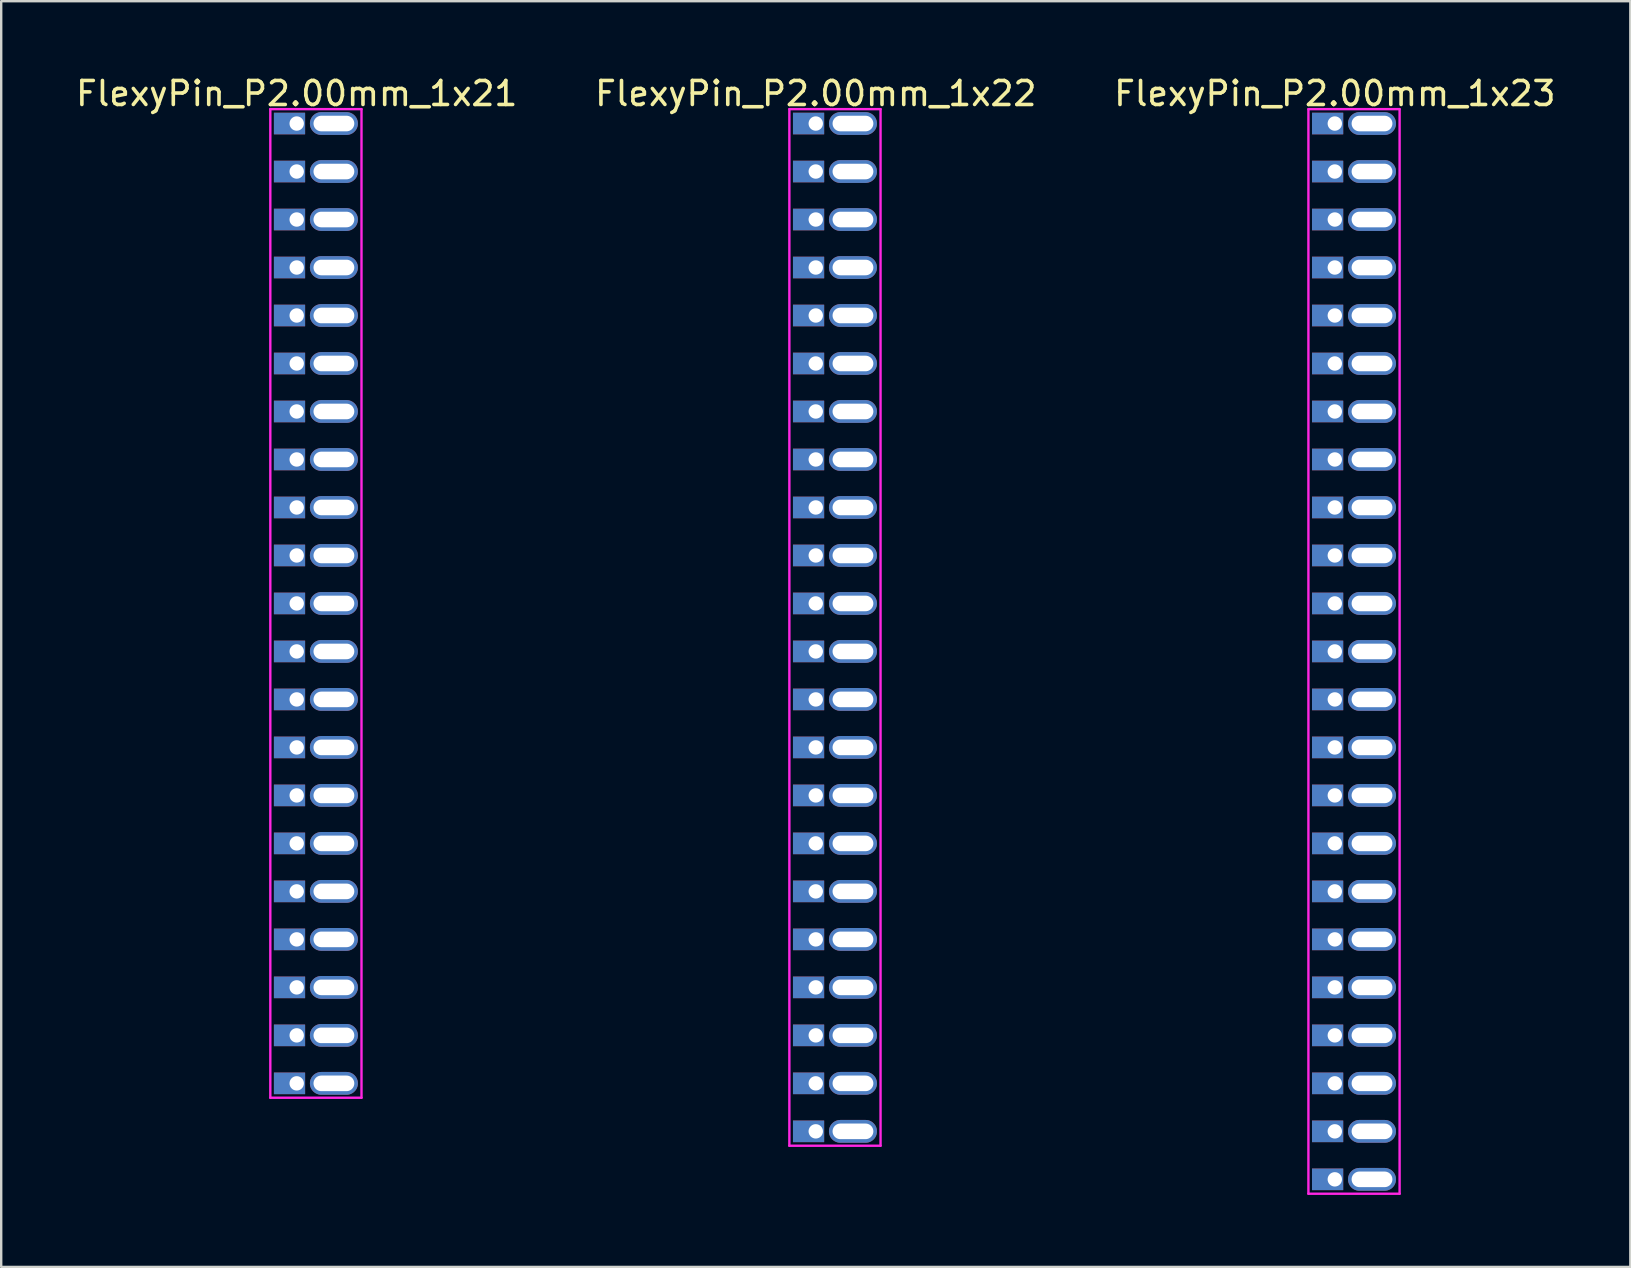
<source format=kicad_pcb>
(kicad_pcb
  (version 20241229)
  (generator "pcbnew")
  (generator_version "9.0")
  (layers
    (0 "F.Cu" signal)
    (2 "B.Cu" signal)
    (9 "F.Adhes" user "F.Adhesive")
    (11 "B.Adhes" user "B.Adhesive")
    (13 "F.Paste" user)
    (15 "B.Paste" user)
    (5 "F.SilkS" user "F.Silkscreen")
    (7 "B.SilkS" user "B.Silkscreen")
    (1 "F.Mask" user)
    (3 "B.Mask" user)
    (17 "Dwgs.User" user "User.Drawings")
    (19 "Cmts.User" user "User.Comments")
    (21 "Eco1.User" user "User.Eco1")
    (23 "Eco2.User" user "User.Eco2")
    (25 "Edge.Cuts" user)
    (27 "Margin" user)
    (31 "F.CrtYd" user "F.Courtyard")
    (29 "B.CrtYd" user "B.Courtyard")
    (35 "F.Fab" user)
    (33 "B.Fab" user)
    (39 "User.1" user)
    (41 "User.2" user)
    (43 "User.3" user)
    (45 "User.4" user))
  (footprint "FlexyPin_P2.00mm_1x22"
    (layer "F.Cu")
    (at 30.946 2.098)
    (property "Reference" "FlexyPin_P2.00mm_1x22" (at 0 -1.25 0) (layer "F.SilkS") (effects (font (size 1 1) (thickness 0.15))))
    (attr through_hole)
    (fp_line (start -1.1 -0.6) (end 2.7 -0.6) (stroke (width 0.1) (type solid)) (layer "F.CrtYd"))
    (fp_line (start -1.1 42.6) (end -1.1 -0.6) (stroke (width 0.1) (type solid)) (layer "F.CrtYd"))
    (fp_line (start 2.7 -0.6) (end 2.7 42.6) (stroke (width 0.1) (type solid)) (layer "F.CrtYd"))
    (fp_line (start 2.7 42.6) (end -1.1 42.6) (stroke (width 0.1) (type solid)) (layer "F.CrtYd"))
    (pad "" thru_hole oval (at 1.55 0) (size 2 0.95) (drill oval 1.7 0.65) (layers "*.Cu" "*.Mask"))
    (pad "" thru_hole oval (at 1.55 2) (size 2 0.95) (drill oval 1.7 0.65) (layers "*.Cu" "*.Mask"))
    (pad "" thru_hole oval (at 1.55 4) (size 2 0.95) (drill oval 1.7 0.65) (layers "*.Cu" "*.Mask"))
    (pad "" thru_hole oval (at 1.55 6) (size 2 0.95) (drill oval 1.7 0.65) (layers "*.Cu" "*.Mask"))
    (pad "" thru_hole oval (at 1.55 8) (size 2 0.95) (drill oval 1.7 0.65) (layers "*.Cu" "*.Mask"))
    (pad "" thru_hole oval (at 1.55 10) (size 2 0.95) (drill oval 1.7 0.65) (layers "*.Cu" "*.Mask"))
    (pad "" thru_hole oval (at 1.55 12) (size 2 0.95) (drill oval 1.7 0.65) (layers "*.Cu" "*.Mask"))
    (pad "" thru_hole oval (at 1.55 14) (size 2 0.95) (drill oval 1.7 0.65) (layers "*.Cu" "*.Mask"))
    (pad "" thru_hole oval (at 1.55 16) (size 2 0.95) (drill oval 1.7 0.65) (layers "*.Cu" "*.Mask"))
    (pad "" thru_hole oval (at 1.55 18) (size 2 0.95) (drill oval 1.7 0.65) (layers "*.Cu" "*.Mask"))
    (pad "" thru_hole oval (at 1.55 20) (size 2 0.95) (drill oval 1.7 0.65) (layers "*.Cu" "*.Mask"))
    (pad "" thru_hole oval (at 1.55 22) (size 2 0.95) (drill oval 1.7 0.65) (layers "*.Cu" "*.Mask"))
    (pad "" thru_hole oval (at 1.55 24) (size 2 0.95) (drill oval 1.7 0.65) (layers "*.Cu" "*.Mask"))
    (pad "" thru_hole oval (at 1.55 26) (size 2 0.95) (drill oval 1.7 0.65) (layers "*.Cu" "*.Mask"))
    (pad "" thru_hole oval (at 1.55 28) (size 2 0.95) (drill oval 1.7 0.65) (layers "*.Cu" "*.Mask"))
    (pad "" thru_hole oval (at 1.55 30) (size 2 0.95) (drill oval 1.7 0.65) (layers "*.Cu" "*.Mask"))
    (pad "" thru_hole oval (at 1.55 32) (size 2 0.95) (drill oval 1.7 0.65) (layers "*.Cu" "*.Mask"))
    (pad "" thru_hole oval (at 1.55 34) (size 2 0.95) (drill oval 1.7 0.65) (layers "*.Cu" "*.Mask"))
    (pad "" thru_hole oval (at 1.55 36) (size 2 0.95) (drill oval 1.7 0.65) (layers "*.Cu" "*.Mask"))
    (pad "" thru_hole oval (at 1.55 38) (size 2 0.95) (drill oval 1.7 0.65) (layers "*.Cu" "*.Mask"))
    (pad "" thru_hole oval (at 1.55 40) (size 2 0.95) (drill oval 1.7 0.65) (layers "*.Cu" "*.Mask"))
    (pad "" thru_hole oval (at 1.55 42) (size 2 0.95) (drill oval 1.7 0.65) (layers "*.Cu" "*.Mask"))
    (pad "1" thru_hole rect (at 0 0) (size 1.3 0.9) (drill 0.6 (offset -0.3 0)) (layers "*.Cu" "*.Mask"))
    (pad "2" thru_hole rect (at 0 2) (size 1.3 0.9) (drill 0.6 (offset -0.3 0)) (layers "*.Cu" "*.Mask"))
    (pad "3" thru_hole rect (at 0 4) (size 1.3 0.9) (drill 0.6 (offset -0.3 0)) (layers "*.Cu" "*.Mask"))
    (pad "4" thru_hole rect (at 0 6) (size 1.3 0.9) (drill 0.6 (offset -0.3 0)) (layers "*.Cu" "*.Mask"))
    (pad "5" thru_hole rect (at 0 8) (size 1.3 0.9) (drill 0.6 (offset -0.3 0)) (layers "*.Cu" "*.Mask"))
    (pad "6" thru_hole rect (at 0 10) (size 1.3 0.9) (drill 0.6 (offset -0.3 0)) (layers "*.Cu" "*.Mask"))
    (pad "7" thru_hole rect (at 0 12) (size 1.3 0.9) (drill 0.6 (offset -0.3 0)) (layers "*.Cu" "*.Mask"))
    (pad "8" thru_hole rect (at 0 14) (size 1.3 0.9) (drill 0.6 (offset -0.3 0)) (layers "*.Cu" "*.Mask"))
    (pad "9" thru_hole rect (at 0 16) (size 1.3 0.9) (drill 0.6 (offset -0.3 0)) (layers "*.Cu" "*.Mask"))
    (pad "10" thru_hole rect (at 0 18) (size 1.3 0.9) (drill 0.6 (offset -0.3 0)) (layers "*.Cu" "*.Mask"))
    (pad "11" thru_hole rect (at 0 20) (size 1.3 0.9) (drill 0.6 (offset -0.3 0)) (layers "*.Cu" "*.Mask"))
    (pad "12" thru_hole rect (at 0 22) (size 1.3 0.9) (drill 0.6 (offset -0.3 0)) (layers "*.Cu" "*.Mask"))
    (pad "13" thru_hole rect (at 0 24) (size 1.3 0.9) (drill 0.6 (offset -0.3 0)) (layers "*.Cu" "*.Mask"))
    (pad "14" thru_hole rect (at 0 26) (size 1.3 0.9) (drill 0.6 (offset -0.3 0)) (layers "*.Cu" "*.Mask"))
    (pad "15" thru_hole rect (at 0 28) (size 1.3 0.9) (drill 0.6 (offset -0.3 0)) (layers "*.Cu" "*.Mask"))
    (pad "16" thru_hole rect (at 0 30) (size 1.3 0.9) (drill 0.6 (offset -0.3 0)) (layers "*.Cu" "*.Mask"))
    (pad "17" thru_hole rect (at 0 32) (size 1.3 0.9) (drill 0.6 (offset -0.3 0)) (layers "*.Cu" "*.Mask"))
    (pad "18" thru_hole rect (at 0 34) (size 1.3 0.9) (drill 0.6 (offset -0.3 0)) (layers "*.Cu" "*.Mask"))
    (pad "19" thru_hole rect (at 0 36) (size 1.3 0.9) (drill 0.6 (offset -0.3 0)) (layers "*.Cu" "*.Mask"))
    (pad "20" thru_hole rect (at 0 38) (size 1.3 0.9) (drill 0.6 (offset -0.3 0)) (layers "*.Cu" "*.Mask"))
    (pad "21" thru_hole rect (at 0 40) (size 1.3 0.9) (drill 0.6 (offset -0.3 0)) (layers "*.Cu" "*.Mask"))
    (pad "22" thru_hole rect (at 0 42) (size 1.3 0.9) (drill 0.6 (offset -0.3 0)) (layers "*.Cu" "*.Mask")))
  (footprint "FlexyPin_P2.00mm_1x21"
    (layer "F.Cu")
    (at 9.315 2.098)
    (property "Reference" "FlexyPin_P2.00mm_1x21" (at 0 -1.25 0) (layer "F.SilkS") (effects (font (size 1 1) (thickness 0.15))))
    (attr through_hole)
    (fp_line (start -1.1 -0.6) (end 2.7 -0.6) (stroke (width 0.1) (type solid)) (layer "F.CrtYd"))
    (fp_line (start -1.1 40.6) (end -1.1 -0.6) (stroke (width 0.1) (type solid)) (layer "F.CrtYd"))
    (fp_line (start 2.7 -0.6) (end 2.7 40.6) (stroke (width 0.1) (type solid)) (layer "F.CrtYd"))
    (fp_line (start 2.7 40.6) (end -1.1 40.6) (stroke (width 0.1) (type solid)) (layer "F.CrtYd"))
    (pad "" thru_hole oval (at 1.55 0) (size 2 0.95) (drill oval 1.7 0.65) (layers "*.Cu" "*.Mask"))
    (pad "" thru_hole oval (at 1.55 2) (size 2 0.95) (drill oval 1.7 0.65) (layers "*.Cu" "*.Mask"))
    (pad "" thru_hole oval (at 1.55 4) (size 2 0.95) (drill oval 1.7 0.65) (layers "*.Cu" "*.Mask"))
    (pad "" thru_hole oval (at 1.55 6) (size 2 0.95) (drill oval 1.7 0.65) (layers "*.Cu" "*.Mask"))
    (pad "" thru_hole oval (at 1.55 8) (size 2 0.95) (drill oval 1.7 0.65) (layers "*.Cu" "*.Mask"))
    (pad "" thru_hole oval (at 1.55 10) (size 2 0.95) (drill oval 1.7 0.65) (layers "*.Cu" "*.Mask"))
    (pad "" thru_hole oval (at 1.55 12) (size 2 0.95) (drill oval 1.7 0.65) (layers "*.Cu" "*.Mask"))
    (pad "" thru_hole oval (at 1.55 14) (size 2 0.95) (drill oval 1.7 0.65) (layers "*.Cu" "*.Mask"))
    (pad "" thru_hole oval (at 1.55 16) (size 2 0.95) (drill oval 1.7 0.65) (layers "*.Cu" "*.Mask"))
    (pad "" thru_hole oval (at 1.55 18) (size 2 0.95) (drill oval 1.7 0.65) (layers "*.Cu" "*.Mask"))
    (pad "" thru_hole oval (at 1.55 20) (size 2 0.95) (drill oval 1.7 0.65) (layers "*.Cu" "*.Mask"))
    (pad "" thru_hole oval (at 1.55 22) (size 2 0.95) (drill oval 1.7 0.65) (layers "*.Cu" "*.Mask"))
    (pad "" thru_hole oval (at 1.55 24) (size 2 0.95) (drill oval 1.7 0.65) (layers "*.Cu" "*.Mask"))
    (pad "" thru_hole oval (at 1.55 26) (size 2 0.95) (drill oval 1.7 0.65) (layers "*.Cu" "*.Mask"))
    (pad "" thru_hole oval (at 1.55 28) (size 2 0.95) (drill oval 1.7 0.65) (layers "*.Cu" "*.Mask"))
    (pad "" thru_hole oval (at 1.55 30) (size 2 0.95) (drill oval 1.7 0.65) (layers "*.Cu" "*.Mask"))
    (pad "" thru_hole oval (at 1.55 32) (size 2 0.95) (drill oval 1.7 0.65) (layers "*.Cu" "*.Mask"))
    (pad "" thru_hole oval (at 1.55 34) (size 2 0.95) (drill oval 1.7 0.65) (layers "*.Cu" "*.Mask"))
    (pad "" thru_hole oval (at 1.55 36) (size 2 0.95) (drill oval 1.7 0.65) (layers "*.Cu" "*.Mask"))
    (pad "" thru_hole oval (at 1.55 38) (size 2 0.95) (drill oval 1.7 0.65) (layers "*.Cu" "*.Mask"))
    (pad "" thru_hole oval (at 1.55 40) (size 2 0.95) (drill oval 1.7 0.65) (layers "*.Cu" "*.Mask"))
    (pad "1" thru_hole rect (at 0 0) (size 1.3 0.9) (drill 0.6 (offset -0.3 0)) (layers "*.Cu" "*.Mask"))
    (pad "2" thru_hole rect (at 0 2) (size 1.3 0.9) (drill 0.6 (offset -0.3 0)) (layers "*.Cu" "*.Mask"))
    (pad "3" thru_hole rect (at 0 4) (size 1.3 0.9) (drill 0.6 (offset -0.3 0)) (layers "*.Cu" "*.Mask"))
    (pad "4" thru_hole rect (at 0 6) (size 1.3 0.9) (drill 0.6 (offset -0.3 0)) (layers "*.Cu" "*.Mask"))
    (pad "5" thru_hole rect (at 0 8) (size 1.3 0.9) (drill 0.6 (offset -0.3 0)) (layers "*.Cu" "*.Mask"))
    (pad "6" thru_hole rect (at 0 10) (size 1.3 0.9) (drill 0.6 (offset -0.3 0)) (layers "*.Cu" "*.Mask"))
    (pad "7" thru_hole rect (at 0 12) (size 1.3 0.9) (drill 0.6 (offset -0.3 0)) (layers "*.Cu" "*.Mask"))
    (pad "8" thru_hole rect (at 0 14) (size 1.3 0.9) (drill 0.6 (offset -0.3 0)) (layers "*.Cu" "*.Mask"))
    (pad "9" thru_hole rect (at 0 16) (size 1.3 0.9) (drill 0.6 (offset -0.3 0)) (layers "*.Cu" "*.Mask"))
    (pad "10" thru_hole rect (at 0 18) (size 1.3 0.9) (drill 0.6 (offset -0.3 0)) (layers "*.Cu" "*.Mask"))
    (pad "11" thru_hole rect (at 0 20) (size 1.3 0.9) (drill 0.6 (offset -0.3 0)) (layers "*.Cu" "*.Mask"))
    (pad "12" thru_hole rect (at 0 22) (size 1.3 0.9) (drill 0.6 (offset -0.3 0)) (layers "*.Cu" "*.Mask"))
    (pad "13" thru_hole rect (at 0 24) (size 1.3 0.9) (drill 0.6 (offset -0.3 0)) (layers "*.Cu" "*.Mask"))
    (pad "14" thru_hole rect (at 0 26) (size 1.3 0.9) (drill 0.6 (offset -0.3 0)) (layers "*.Cu" "*.Mask"))
    (pad "15" thru_hole rect (at 0 28) (size 1.3 0.9) (drill 0.6 (offset -0.3 0)) (layers "*.Cu" "*.Mask"))
    (pad "16" thru_hole rect (at 0 30) (size 1.3 0.9) (drill 0.6 (offset -0.3 0)) (layers "*.Cu" "*.Mask"))
    (pad "17" thru_hole rect (at 0 32) (size 1.3 0.9) (drill 0.6 (offset -0.3 0)) (layers "*.Cu" "*.Mask"))
    (pad "18" thru_hole rect (at 0 34) (size 1.3 0.9) (drill 0.6 (offset -0.3 0)) (layers "*.Cu" "*.Mask"))
    (pad "19" thru_hole rect (at 0 36) (size 1.3 0.9) (drill 0.6 (offset -0.3 0)) (layers "*.Cu" "*.Mask"))
    (pad "20" thru_hole rect (at 0 38) (size 1.3 0.9) (drill 0.6 (offset -0.3 0)) (layers "*.Cu" "*.Mask"))
    (pad "21" thru_hole rect (at 0 40) (size 1.3 0.9) (drill 0.6 (offset -0.3 0)) (layers "*.Cu" "*.Mask")))
  (footprint "FlexyPin_P2.00mm_1x23"
    (layer "F.Cu")
    (at 52.577 2.098)
    (property "Reference" "FlexyPin_P2.00mm_1x23" (at 0 -1.25 0) (layer "F.SilkS") (effects (font (size 1 1) (thickness 0.15))))
    (attr through_hole)
    (fp_line (start -1.1 -0.6) (end 2.7 -0.6) (stroke (width 0.1) (type solid)) (layer "F.CrtYd"))
    (fp_line (start -1.1 44.6) (end -1.1 -0.6) (stroke (width 0.1) (type solid)) (layer "F.CrtYd"))
    (fp_line (start 2.7 -0.6) (end 2.7 44.6) (stroke (width 0.1) (type solid)) (layer "F.CrtYd"))
    (fp_line (start 2.7 44.6) (end -1.1 44.6) (stroke (width 0.1) (type solid)) (layer "F.CrtYd"))
    (pad "" thru_hole oval (at 1.55 0) (size 2 0.95) (drill oval 1.7 0.65) (layers "*.Cu" "*.Mask"))
    (pad "" thru_hole oval (at 1.55 2) (size 2 0.95) (drill oval 1.7 0.65) (layers "*.Cu" "*.Mask"))
    (pad "" thru_hole oval (at 1.55 4) (size 2 0.95) (drill oval 1.7 0.65) (layers "*.Cu" "*.Mask"))
    (pad "" thru_hole oval (at 1.55 6) (size 2 0.95) (drill oval 1.7 0.65) (layers "*.Cu" "*.Mask"))
    (pad "" thru_hole oval (at 1.55 8) (size 2 0.95) (drill oval 1.7 0.65) (layers "*.Cu" "*.Mask"))
    (pad "" thru_hole oval (at 1.55 10) (size 2 0.95) (drill oval 1.7 0.65) (layers "*.Cu" "*.Mask"))
    (pad "" thru_hole oval (at 1.55 12) (size 2 0.95) (drill oval 1.7 0.65) (layers "*.Cu" "*.Mask"))
    (pad "" thru_hole oval (at 1.55 14) (size 2 0.95) (drill oval 1.7 0.65) (layers "*.Cu" "*.Mask"))
    (pad "" thru_hole oval (at 1.55 16) (size 2 0.95) (drill oval 1.7 0.65) (layers "*.Cu" "*.Mask"))
    (pad "" thru_hole oval (at 1.55 18) (size 2 0.95) (drill oval 1.7 0.65) (layers "*.Cu" "*.Mask"))
    (pad "" thru_hole oval (at 1.55 20) (size 2 0.95) (drill oval 1.7 0.65) (layers "*.Cu" "*.Mask"))
    (pad "" thru_hole oval (at 1.55 22) (size 2 0.95) (drill oval 1.7 0.65) (layers "*.Cu" "*.Mask"))
    (pad "" thru_hole oval (at 1.55 24) (size 2 0.95) (drill oval 1.7 0.65) (layers "*.Cu" "*.Mask"))
    (pad "" thru_hole oval (at 1.55 26) (size 2 0.95) (drill oval 1.7 0.65) (layers "*.Cu" "*.Mask"))
    (pad "" thru_hole oval (at 1.55 28) (size 2 0.95) (drill oval 1.7 0.65) (layers "*.Cu" "*.Mask"))
    (pad "" thru_hole oval (at 1.55 30) (size 2 0.95) (drill oval 1.7 0.65) (layers "*.Cu" "*.Mask"))
    (pad "" thru_hole oval (at 1.55 32) (size 2 0.95) (drill oval 1.7 0.65) (layers "*.Cu" "*.Mask"))
    (pad "" thru_hole oval (at 1.55 34) (size 2 0.95) (drill oval 1.7 0.65) (layers "*.Cu" "*.Mask"))
    (pad "" thru_hole oval (at 1.55 36) (size 2 0.95) (drill oval 1.7 0.65) (layers "*.Cu" "*.Mask"))
    (pad "" thru_hole oval (at 1.55 38) (size 2 0.95) (drill oval 1.7 0.65) (layers "*.Cu" "*.Mask"))
    (pad "" thru_hole oval (at 1.55 40) (size 2 0.95) (drill oval 1.7 0.65) (layers "*.Cu" "*.Mask"))
    (pad "" thru_hole oval (at 1.55 42) (size 2 0.95) (drill oval 1.7 0.65) (layers "*.Cu" "*.Mask"))
    (pad "" thru_hole oval (at 1.55 44) (size 2 0.95) (drill oval 1.7 0.65) (layers "*.Cu" "*.Mask"))
    (pad "1" thru_hole rect (at 0 0) (size 1.3 0.9) (drill 0.6 (offset -0.3 0)) (layers "*.Cu" "*.Mask"))
    (pad "2" thru_hole rect (at 0 2) (size 1.3 0.9) (drill 0.6 (offset -0.3 0)) (layers "*.Cu" "*.Mask"))
    (pad "3" thru_hole rect (at 0 4) (size 1.3 0.9) (drill 0.6 (offset -0.3 0)) (layers "*.Cu" "*.Mask"))
    (pad "4" thru_hole rect (at 0 6) (size 1.3 0.9) (drill 0.6 (offset -0.3 0)) (layers "*.Cu" "*.Mask"))
    (pad "5" thru_hole rect (at 0 8) (size 1.3 0.9) (drill 0.6 (offset -0.3 0)) (layers "*.Cu" "*.Mask"))
    (pad "6" thru_hole rect (at 0 10) (size 1.3 0.9) (drill 0.6 (offset -0.3 0)) (layers "*.Cu" "*.Mask"))
    (pad "7" thru_hole rect (at 0 12) (size 1.3 0.9) (drill 0.6 (offset -0.3 0)) (layers "*.Cu" "*.Mask"))
    (pad "8" thru_hole rect (at 0 14) (size 1.3 0.9) (drill 0.6 (offset -0.3 0)) (layers "*.Cu" "*.Mask"))
    (pad "9" thru_hole rect (at 0 16) (size 1.3 0.9) (drill 0.6 (offset -0.3 0)) (layers "*.Cu" "*.Mask"))
    (pad "10" thru_hole rect (at 0 18) (size 1.3 0.9) (drill 0.6 (offset -0.3 0)) (layers "*.Cu" "*.Mask"))
    (pad "11" thru_hole rect (at 0 20) (size 1.3 0.9) (drill 0.6 (offset -0.3 0)) (layers "*.Cu" "*.Mask"))
    (pad "12" thru_hole rect (at 0 22) (size 1.3 0.9) (drill 0.6 (offset -0.3 0)) (layers "*.Cu" "*.Mask"))
    (pad "13" thru_hole rect (at 0 24) (size 1.3 0.9) (drill 0.6 (offset -0.3 0)) (layers "*.Cu" "*.Mask"))
    (pad "14" thru_hole rect (at 0 26) (size 1.3 0.9) (drill 0.6 (offset -0.3 0)) (layers "*.Cu" "*.Mask"))
    (pad "15" thru_hole rect (at 0 28) (size 1.3 0.9) (drill 0.6 (offset -0.3 0)) (layers "*.Cu" "*.Mask"))
    (pad "16" thru_hole rect (at 0 30) (size 1.3 0.9) (drill 0.6 (offset -0.3 0)) (layers "*.Cu" "*.Mask"))
    (pad "17" thru_hole rect (at 0 32) (size 1.3 0.9) (drill 0.6 (offset -0.3 0)) (layers "*.Cu" "*.Mask"))
    (pad "18" thru_hole rect (at 0 34) (size 1.3 0.9) (drill 0.6 (offset -0.3 0)) (layers "*.Cu" "*.Mask"))
    (pad "19" thru_hole rect (at 0 36) (size 1.3 0.9) (drill 0.6 (offset -0.3 0)) (layers "*.Cu" "*.Mask"))
    (pad "20" thru_hole rect (at 0 38) (size 1.3 0.9) (drill 0.6 (offset -0.3 0)) (layers "*.Cu" "*.Mask"))
    (pad "21" thru_hole rect (at 0 40) (size 1.3 0.9) (drill 0.6 (offset -0.3 0)) (layers "*.Cu" "*.Mask"))
    (pad "22" thru_hole rect (at 0 42) (size 1.3 0.9) (drill 0.6 (offset -0.3 0)) (layers "*.Cu" "*.Mask"))
    (pad "23" thru_hole rect (at 0 44) (size 1.3 0.9) (drill 0.6 (offset -0.3 0)) (layers "*.Cu" "*.Mask")))
  (gr_rect
    (start -3 -3)
    (end 64.893 49.748)
    (stroke (width 0.1) (type default))
    (fill no)
    (layer "Edge.Cuts")))
</source>
